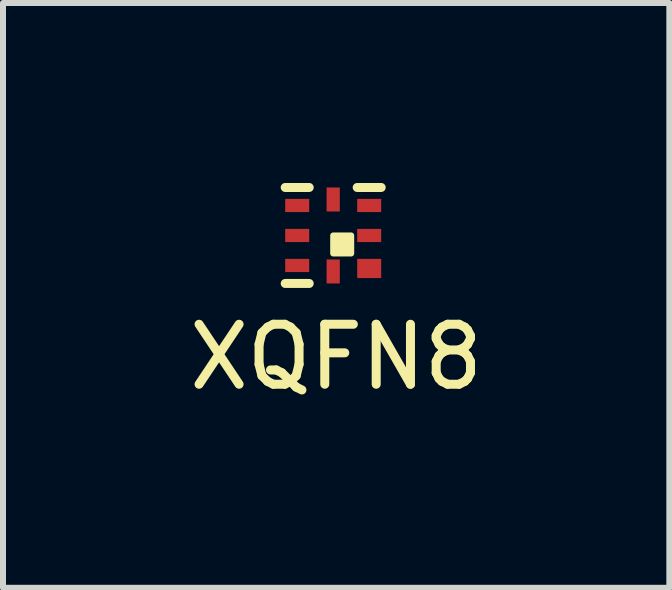
<source format=kicad_pcb>
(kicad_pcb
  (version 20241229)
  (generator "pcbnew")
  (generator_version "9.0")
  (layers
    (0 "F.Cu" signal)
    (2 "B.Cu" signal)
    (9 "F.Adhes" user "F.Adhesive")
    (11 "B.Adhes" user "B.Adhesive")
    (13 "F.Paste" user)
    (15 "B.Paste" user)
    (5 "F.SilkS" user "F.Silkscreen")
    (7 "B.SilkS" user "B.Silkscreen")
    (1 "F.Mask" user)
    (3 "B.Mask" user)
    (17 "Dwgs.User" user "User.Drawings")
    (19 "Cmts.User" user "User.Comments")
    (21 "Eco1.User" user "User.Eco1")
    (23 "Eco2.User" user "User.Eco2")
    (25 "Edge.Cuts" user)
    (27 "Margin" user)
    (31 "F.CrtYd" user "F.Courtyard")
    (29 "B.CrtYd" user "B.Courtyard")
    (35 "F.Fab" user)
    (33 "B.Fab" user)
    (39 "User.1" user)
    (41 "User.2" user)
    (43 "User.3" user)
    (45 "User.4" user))
  (footprint "XQFN8"
    (layer "F.Cu")
    (at 2.504 0.875)
    (property "Reference" "XQFN8" (at 0.05 2.025 0) (layer "F.SilkS") (effects (font (size 1 1) (thickness 0.15))))
    (attr through_hole)
    (fp_line (start -0.8 0.8) (end -0.4 0.8) (stroke (width 0.15) (type solid)) (layer "F.SilkS"))
    (fp_line (start -0.4 -0.8) (end -0.8 -0.8) (stroke (width 0.15) (type solid)) (layer "F.SilkS"))
    (fp_line (start 0.8 -0.8) (end 0.4 -0.8) (stroke (width 0.15) (type solid)) (layer "F.SilkS"))
    (fp_poly (pts (xy 0 0) (xy 0 0.3) (xy 0.3 0.3) (xy 0.3 0)) (stroke (width 0.1) (type solid)) (fill yes) (layer "F.SilkS"))
    (pad "1" smd rect (at 0.6 0.55) (size 0.4 0.32) (layers "F.Cu" "F.Mask" "F.Paste"))
    (pad "2" smd rect (at 0.6 0) (size 0.4 0.22) (layers "F.Cu" "F.Mask" "F.Paste"))
    (pad "3" smd rect (at 0.6 -0.5) (size 0.4 0.22) (layers "F.Cu" "F.Mask" "F.Paste"))
    (pad "4" smd rect (at 0 -0.6) (size 0.22 0.4) (layers "F.Cu" "F.Mask" "F.Paste"))
    (pad "5" smd rect (at -0.6 -0.5) (size 0.4 0.22) (layers "F.Cu" "F.Mask" "F.Paste"))
    (pad "6" smd rect (at -0.6 0) (size 0.4 0.22) (layers "F.Cu" "F.Mask" "F.Paste"))
    (pad "7" smd rect (at -0.6 0.5) (size 0.4 0.22) (layers "F.Cu" "F.Mask" "F.Paste"))
    (pad "8" smd rect (at 0 0.6) (size 0.22 0.4) (layers "F.Cu" "F.Mask" "F.Paste")))
  (gr_rect
    (start -3 -3)
    (end 8.107 6.748)
    (stroke (width 0.1) (type default))
    (fill no)
    (layer "Edge.Cuts")))
</source>
